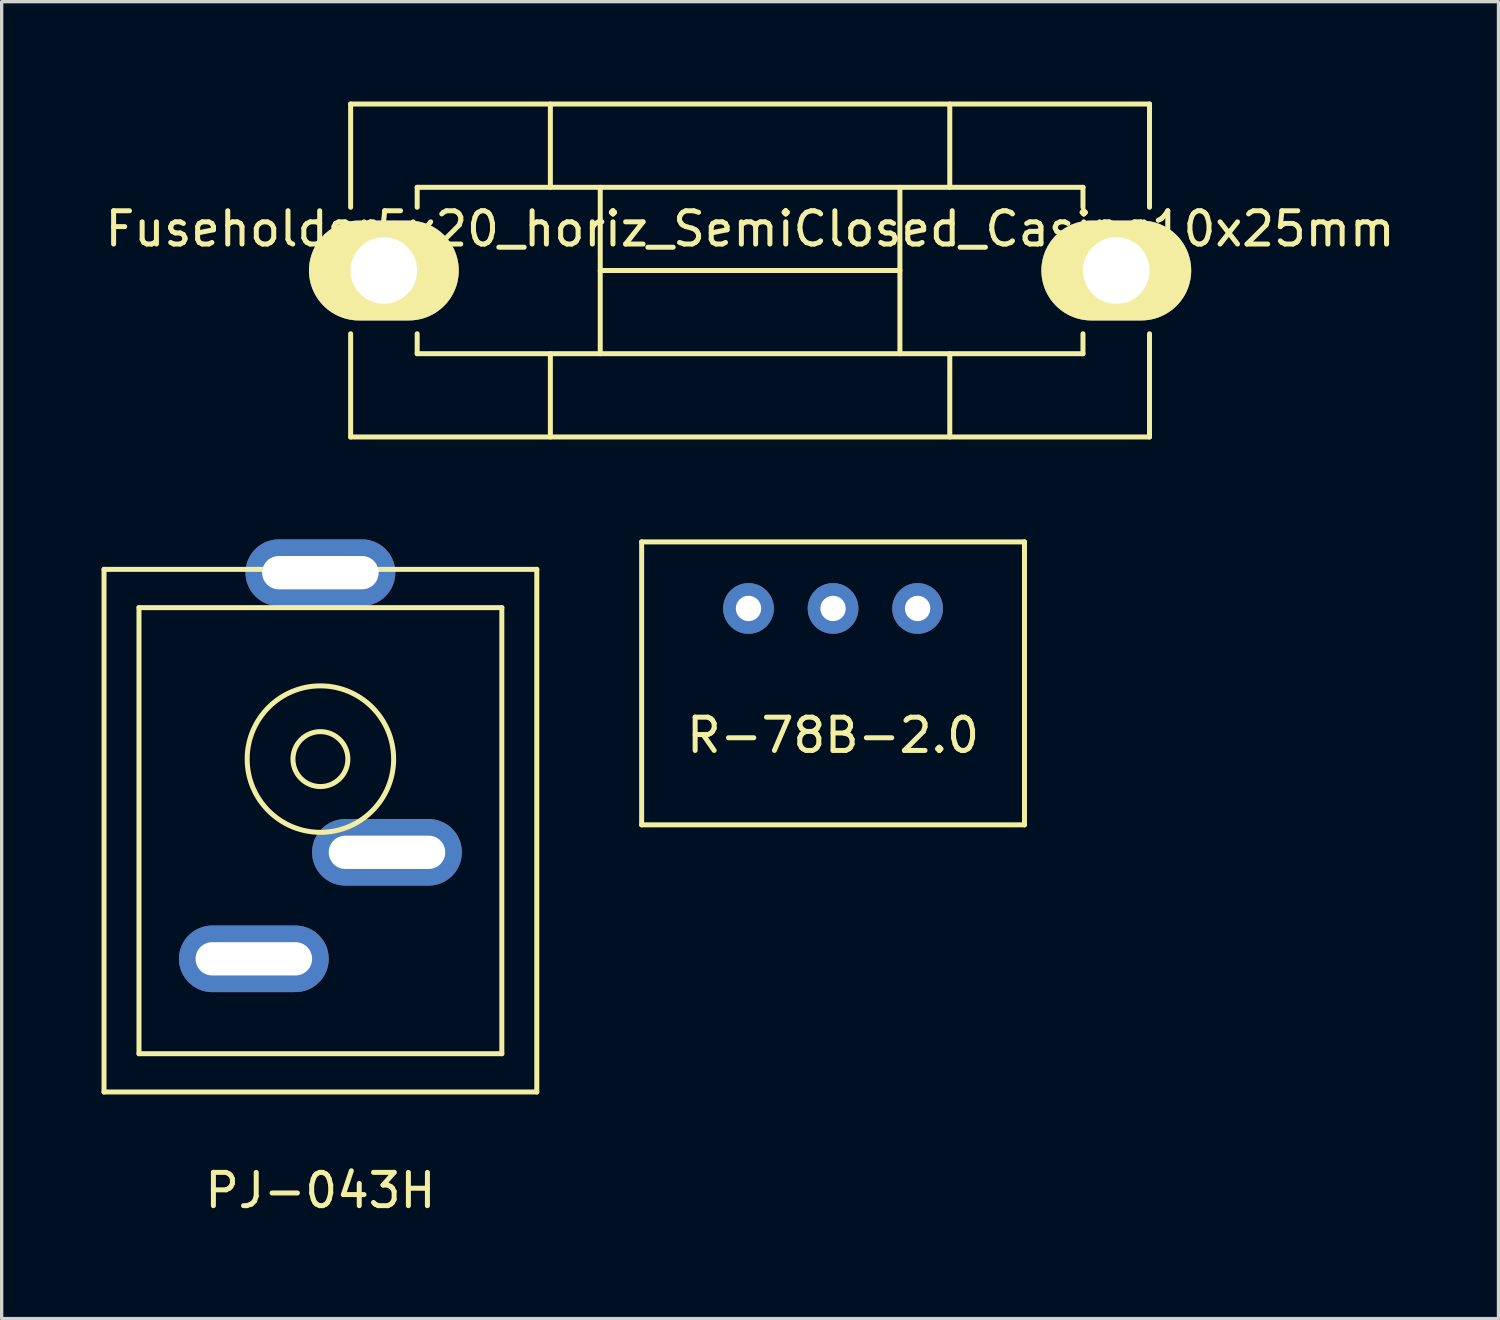
<source format=kicad_pcb>
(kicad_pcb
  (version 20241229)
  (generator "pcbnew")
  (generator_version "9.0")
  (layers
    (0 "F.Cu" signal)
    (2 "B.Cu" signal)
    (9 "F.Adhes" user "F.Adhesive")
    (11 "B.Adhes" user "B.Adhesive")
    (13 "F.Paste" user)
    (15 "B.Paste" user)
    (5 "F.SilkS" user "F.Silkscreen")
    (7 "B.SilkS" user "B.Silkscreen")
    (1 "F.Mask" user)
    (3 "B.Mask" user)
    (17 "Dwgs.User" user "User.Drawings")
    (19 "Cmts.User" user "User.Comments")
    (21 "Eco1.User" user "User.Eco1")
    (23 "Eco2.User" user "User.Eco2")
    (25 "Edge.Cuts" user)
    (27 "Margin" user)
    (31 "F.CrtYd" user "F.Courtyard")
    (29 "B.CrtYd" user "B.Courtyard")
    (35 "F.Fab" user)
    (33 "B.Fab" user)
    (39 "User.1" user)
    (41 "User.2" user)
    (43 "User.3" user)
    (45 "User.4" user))
  (footprint "PJ-043H"
    (layer "F.Cu")
    (at 6.575 22.553)
    (property "Reference" "PJ-043H" (at 0 10.16 0) (layer "F.SilkS") (effects (font (size 1 1) (thickness 0.15))))
    (attr through_hole)
    (fp_line (start -6.5 -8.5) (end -6.5 7.2) (stroke (width 0.15) (type solid)) (layer "F.SilkS"))
    (fp_line (start -6.5 -8.5) (end 6.5 -8.5) (stroke (width 0.15) (type solid)) (layer "F.SilkS"))
    (fp_line (start -6.5 7.2) (end 6.5 7.2) (stroke (width 0.15) (type solid)) (layer "F.SilkS"))
    (fp_line (start -5.45 -7.35) (end 5.45 -7.35) (stroke (width 0.15) (type solid)) (layer "F.SilkS"))
    (fp_line (start -5.45 6.05) (end -5.45 -7.35) (stroke (width 0.15) (type solid)) (layer "F.SilkS"))
    (fp_line (start -5.45 6.05) (end 5.45 6.05) (stroke (width 0.15) (type solid)) (layer "F.SilkS"))
    (fp_line (start 5.45 6.05) (end 5.45 -7.35) (stroke (width 0.15) (type solid)) (layer "F.SilkS"))
    (fp_line (start 6.5 -8.5) (end 6.5 7.2) (stroke (width 0.15) (type solid)) (layer "F.SilkS"))
    (fp_circle (center 0 -2.8) (end 0.825 -2.8) (stroke (width 0.15) (type solid)) (fill no) (layer "F.SilkS"))
    (fp_circle (center 0 -2.8) (end 2.2 -2.8) (stroke (width 0.15) (type solid)) (fill no) (layer "F.SilkS"))
    (pad "1" thru_hole oval (at 0 -8.4) (size 4.5 2) (drill oval 3.5 1) (layers "*.Cu" "*.Mask"))
    (pad "2" thru_hole oval (at -2 3.2) (size 4.5 2) (drill oval 3.5 1) (layers "*.Cu" "*.Mask"))
    (pad "2" thru_hole oval (at 2 0) (size 4.5 2) (drill oval 3.5 1) (layers "*.Cu" "*.Mask")))
  (footprint "R-78B-2.0"
    (layer "F.Cu")
    (at 21.975 15.228)
    (property "Reference" "R-78B-2.0" (at 0 3.81 0) (layer "F.SilkS") (effects (font (size 1 1) (thickness 0.15))))
    (attr through_hole)
    (fp_line (start -5.75 -2) (end 5.75 -2) (stroke (width 0.15) (type solid)) (layer "F.SilkS"))
    (fp_line (start -5.75 6.5) (end -5.75 -2) (stroke (width 0.15) (type solid)) (layer "F.SilkS"))
    (fp_line (start 5.75 -2) (end 5.75 6.5) (stroke (width 0.15) (type solid)) (layer "F.SilkS"))
    (fp_line (start 5.75 6.5) (end -5.75 6.5) (stroke (width 0.15) (type solid)) (layer "F.SilkS"))
    (pad "1" thru_hole circle (at -2.54 0) (size 1.524 1.524) (drill 0.762) (layers "*.Cu" "*.Mask"))
    (pad "2" thru_hole circle (at 0 0) (size 1.524 1.524) (drill 0.762) (layers "*.Cu" "*.Mask"))
    (pad "3" thru_hole circle (at 2.54 0) (size 1.524 1.524) (drill 0.762) (layers "*.Cu" "*.Mask")))
  (footprint "Fuseholder5x20_horiz_SemiClosed_Casing10x25mm"
    (layer "F.Cu")
    (at 19.482 5.076)
    (property "Reference" "Fuseholder5x20_horiz_SemiClosed_Casing10x25mm" (at 0 -1.25 0) (layer "F.SilkS") (effects (font (size 1 1) (thickness 0.15))))
    (attr through_hole)
    (fp_line (start -11.999 -5.001) (end -11.999 -1.9) (stroke (width 0.15) (type solid)) (layer "F.SilkS"))
    (fp_line (start -11.999 1.9) (end -11.999 5.001) (stroke (width 0.15) (type solid)) (layer "F.SilkS"))
    (fp_line (start -11.999 5.001) (end 11.999 5.001) (stroke (width 0.15) (type solid)) (layer "F.SilkS"))
    (fp_line (start -10 -2.499) (end -10 -1.9) (stroke (width 0.15) (type solid)) (layer "F.SilkS"))
    (fp_line (start -10 1.9) (end -10 2.499) (stroke (width 0.15) (type solid)) (layer "F.SilkS"))
    (fp_line (start -10 2.499) (end 10 2.499) (stroke (width 0.15) (type solid)) (layer "F.SilkS"))
    (fp_line (start -5.999 -2.499) (end -5.999 -5.001) (stroke (width 0.15) (type solid)) (layer "F.SilkS"))
    (fp_line (start -5.999 5.001) (end -5.999 2.499) (stroke (width 0.15) (type solid)) (layer "F.SilkS"))
    (fp_line (start -4.501 -2.499) (end -4.501 2.499) (stroke (width 0.15) (type solid)) (layer "F.SilkS"))
    (fp_line (start -4.501 0) (end 4.501 0) (stroke (width 0.15) (type solid)) (layer "F.SilkS"))
    (fp_line (start 4.501 -2.499) (end 4.501 2.499) (stroke (width 0.15) (type solid)) (layer "F.SilkS"))
    (fp_line (start 5.999 -5.001) (end 5.999 -2.499) (stroke (width 0.15) (type solid)) (layer "F.SilkS"))
    (fp_line (start 5.999 5.001) (end 5.999 2.499) (stroke (width 0.15) (type solid)) (layer "F.SilkS"))
    (fp_line (start 10 -2.499) (end -10 -2.499) (stroke (width 0.15) (type solid)) (layer "F.SilkS"))
    (fp_line (start 10 -1.9) (end 10 -2.499) (stroke (width 0.15) (type solid)) (layer "F.SilkS"))
    (fp_line (start 10 2.499) (end 10 1.9) (stroke (width 0.15) (type solid)) (layer "F.SilkS"))
    (fp_line (start 11.999 -5.001) (end -11.999 -5.001) (stroke (width 0.15) (type solid)) (layer "F.SilkS"))
    (fp_line (start 11.999 -1.9) (end 11.999 -5.001) (stroke (width 0.15) (type solid)) (layer "F.SilkS"))
    (fp_line (start 11.999 5.001) (end 11.999 1.9) (stroke (width 0.15) (type solid)) (layer "F.SilkS"))
    (pad "1" thru_hole oval (at -11.001 0 270) (size 3 4.5) (drill 2) (layers "*.Cu" "*.Mask" "F.SilkS"))
    (pad "2" thru_hole oval (at 11.001 0 270) (size 3 4.5) (drill 2) (layers "*.Cu" "*.Mask" "F.SilkS")))
  (gr_rect
    (start -3 -3)
    (end 41.964 36.561)
    (stroke (width 0.1) (type default))
    (fill no)
    (layer "Edge.Cuts")))
</source>
